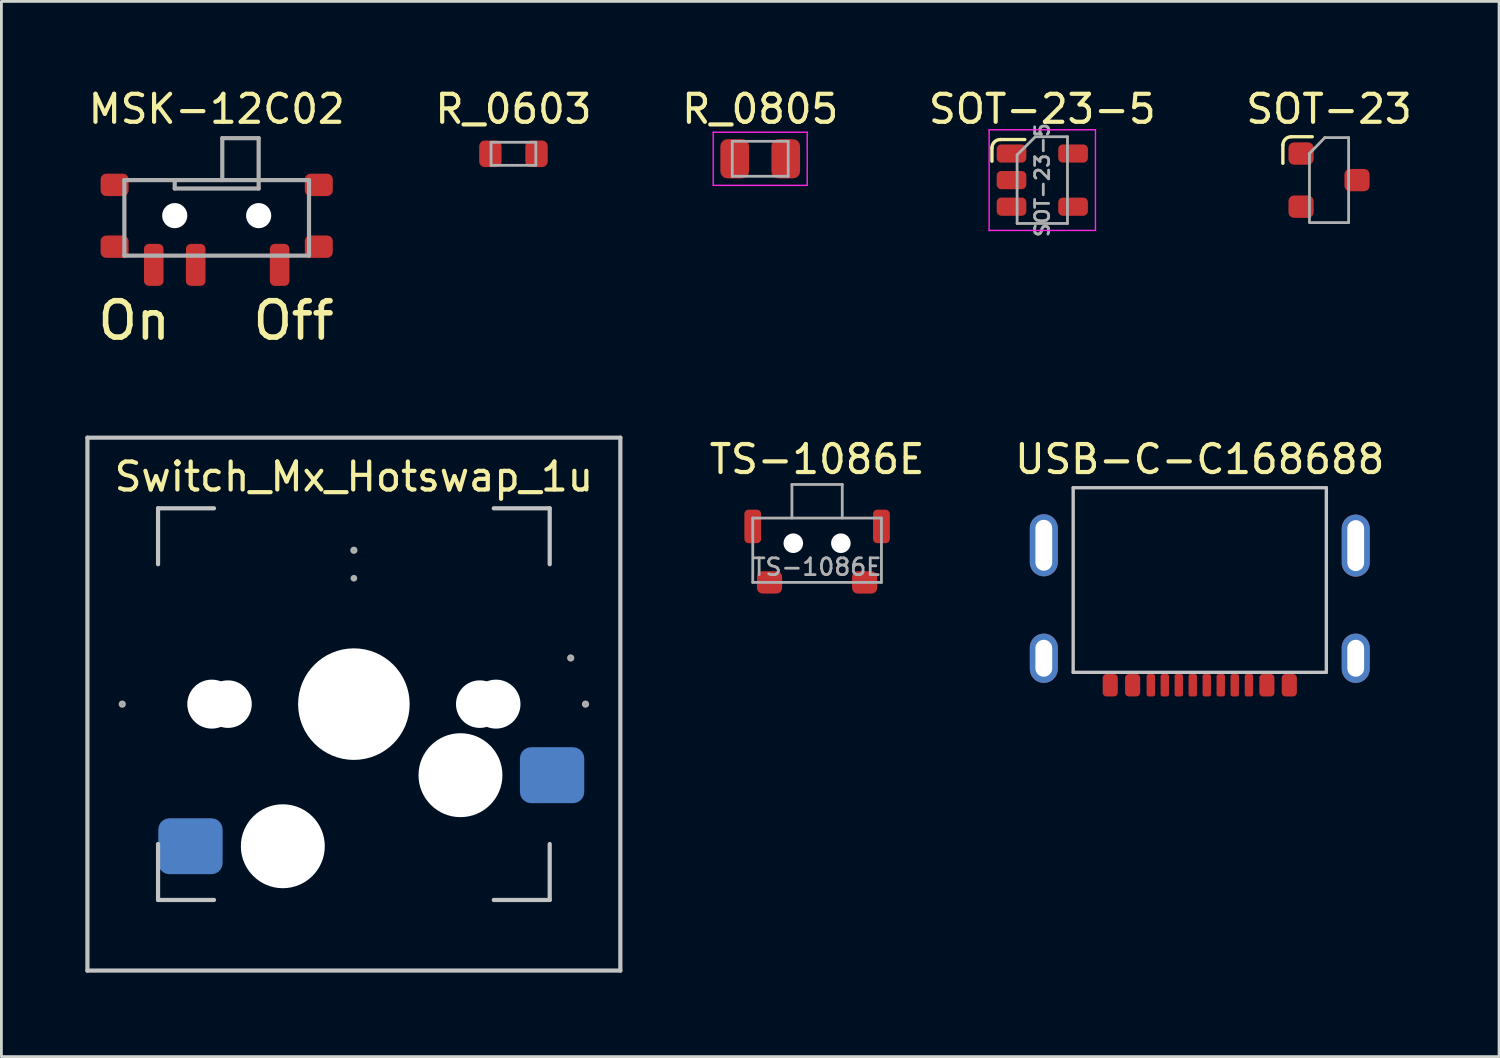
<source format=kicad_pcb>
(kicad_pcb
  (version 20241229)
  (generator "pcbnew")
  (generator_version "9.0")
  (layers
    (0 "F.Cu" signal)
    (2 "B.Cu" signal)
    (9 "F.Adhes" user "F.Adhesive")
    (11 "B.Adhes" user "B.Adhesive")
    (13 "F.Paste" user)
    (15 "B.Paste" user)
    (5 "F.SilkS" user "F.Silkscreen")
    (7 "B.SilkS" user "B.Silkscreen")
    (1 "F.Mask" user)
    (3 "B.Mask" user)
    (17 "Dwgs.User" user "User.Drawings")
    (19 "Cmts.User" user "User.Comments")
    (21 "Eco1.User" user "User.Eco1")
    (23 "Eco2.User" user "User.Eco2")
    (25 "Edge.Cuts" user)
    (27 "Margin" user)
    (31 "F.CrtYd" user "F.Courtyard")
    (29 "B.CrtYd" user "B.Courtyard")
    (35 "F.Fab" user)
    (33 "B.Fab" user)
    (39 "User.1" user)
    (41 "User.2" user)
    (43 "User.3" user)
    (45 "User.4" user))
  (footprint "R_0805"
    (layer "F.Cu")
    (at 24.125 2.626)
    (property "Reference" "R_0805" (at 0 -1.778 0) (unlocked yes) (layer "F.SilkS") (effects (font (size 1 1) (thickness 0.15))))
    (fp_line (start -1.68 -0.95) (end 1.68 -0.95) (stroke (width 0.05) (type solid)) (layer "F.CrtYd"))
    (fp_line (start -1.68 0.95) (end -1.68 -0.95) (stroke (width 0.05) (type solid)) (layer "F.CrtYd"))
    (fp_line (start 1.68 -0.95) (end 1.68 0.95) (stroke (width 0.05) (type solid)) (layer "F.CrtYd"))
    (fp_line (start 1.68 0.95) (end -1.68 0.95) (stroke (width 0.05) (type solid)) (layer "F.CrtYd"))
    (fp_line (start -1 -0.625) (end 1 -0.625) (stroke (width 0.1) (type solid)) (layer "F.Fab"))
    (fp_line (start -1 0.625) (end -1 -0.625) (stroke (width 0.1) (type solid)) (layer "F.Fab"))
    (fp_line (start 1 -0.625) (end 1 0.625) (stroke (width 0.1) (type solid)) (layer "F.Fab"))
    (fp_line (start 1 0.625) (end -1 0.625) (stroke (width 0.1) (type solid)) (layer "F.Fab"))
    (pad "1" smd roundrect (at -0.912 0) (size 1.025 1.4) (layers "F.Cu" "F.Mask" "F.Paste") (roundrect_rratio 0.244))
    (pad "2" smd roundrect (at 0.912 0) (size 1.025 1.4) (layers "F.Cu" "F.Mask" "F.Paste") (roundrect_rratio 0.244)))
  (footprint "MSK-12C02"
    (layer "F.Cu")
    (at 4.696 4.658)
    (property "Reference" "MSK-12C02" (at 0 -3.81 0) (layer "F.SilkS") (effects (font (size 1 1) (thickness 0.15))))
    (fp_line (start -3.3 -1.27) (end -3.3 1.43) (stroke (width 0.15) (type solid)) (layer "F.Fab"))
    (fp_line (start -1.5 -0.97) (end -1.5 -1.27) (stroke (width 0.15) (type solid)) (layer "F.Fab"))
    (fp_line (start -1.5 -0.97) (end 1.5 -0.97) (stroke (width 0.15) (type solid)) (layer "F.Fab"))
    (fp_line (start 0.2 -2.77) (end 1.5 -2.77) (stroke (width 0.15) (type solid)) (layer "F.Fab"))
    (fp_line (start 0.2 -1.27) (end 0.2 -2.77) (stroke (width 0.15) (type solid)) (layer "F.Fab"))
    (fp_line (start 1.5 -2.77) (end 1.5 -1.27) (stroke (width 0.15) (type solid)) (layer "F.Fab"))
    (fp_line (start 1.5 -0.97) (end 1.5 -1.27) (stroke (width 0.15) (type solid)) (layer "F.Fab"))
    (fp_line (start 3.3 -1.27) (end -3.3 -1.27) (stroke (width 0.15) (type solid)) (layer "F.Fab"))
    (fp_line (start 3.3 -1.27) (end 3.3 1.43) (stroke (width 0.15) (type solid)) (layer "F.Fab"))
    (fp_line (start 3.3 1.43) (end -3.3 1.43) (stroke (width 0.15) (type solid)) (layer "F.Fab"))
    (fp_text user "Off" (at 2.75 3.75 0) (unlocked yes) (layer "F.SilkS") (effects (font (size 1.3 1.3) (thickness 0.2))))
    (fp_text user "On" (at -2.95 3.75 0) (unlocked yes) (layer "F.SilkS") (effects (font (size 1.3 1.3) (thickness 0.2))))
    (pad "" smd roundrect (at -3.65 -1.1 180) (size 1 0.8) (layers "F.Cu" "F.Mask" "F.Paste") (roundrect_rratio 0.25))
    (pad "" smd roundrect (at -3.65 1.11 180) (size 1 0.8) (layers "F.Cu" "F.Mask" "F.Paste") (roundrect_rratio 0.25))
    (pad "" np_thru_hole circle (at -1.5 0 180) (size 0.9 0.9) (drill 0.9) (layers "*.Cu" "*.Mask"))
    (pad "" np_thru_hole circle (at 1.5 0 180) (size 0.9 0.9) (drill 0.9) (layers "*.Cu" "*.Mask"))
    (pad "" smd roundrect (at 3.65 -1.1 180) (size 1 0.8) (layers "F.Cu" "F.Mask" "F.Paste") (roundrect_rratio 0.25))
    (pad "" smd roundrect (at 3.65 1.11 180) (size 1 0.8) (layers "F.Cu" "F.Mask" "F.Paste") (roundrect_rratio 0.25))
    (pad "1" smd roundrect (at 2.25 1.76 180) (size 0.7 1.5) (layers "F.Cu" "F.Mask" "F.Paste") (roundrect_rratio 0.25))
    (pad "2" smd roundrect (at -0.75 1.76 180) (size 0.7 1.5) (layers "F.Cu" "F.Mask" "F.Paste") (roundrect_rratio 0.25))
    (pad "3" smd roundrect (at -2.25 1.76 180) (size 0.7 1.5) (layers "F.Cu" "F.Mask" "F.Paste") (roundrect_rratio 0.25)))
  (footprint "TS-1086E"
    (layer "F.Cu")
    (at 26.158 16.368)
    (property "Reference" "TS-1086E" (at 0 -3 0) (unlocked yes) (layer "F.SilkS") (effects (font (size 1 1) (thickness 0.15))))
    (fp_line (start -2.3 1.4) (end -2.3 -0.9) (stroke (width 0.1) (type solid)) (layer "F.Fab"))
    (fp_line (start -0.9 -2.1) (end -0.9 -0.9) (stroke (width 0.1) (type solid)) (layer "F.Fab"))
    (fp_line (start 0.9 -2.1) (end -0.9 -2.1) (stroke (width 0.1) (type solid)) (layer "F.Fab"))
    (fp_line (start 0.9 -0.9) (end 0.9 -2.1) (stroke (width 0.1) (type solid)) (layer "F.Fab"))
    (fp_line (start 2.3 -0.9) (end -2.3 -0.9) (stroke (width 0.1) (type solid)) (layer "F.Fab"))
    (fp_line (start 2.3 1.4) (end -2.3 1.4) (stroke (width 0.1) (type solid)) (layer "F.Fab"))
    (fp_line (start 2.3 1.4) (end 2.3 -0.9) (stroke (width 0.1) (type solid)) (layer "F.Fab"))
    (fp_text user "${REFERENCE}" (at 0 0.85 0) (unlocked yes) (layer "F.Fab") (effects (font (size 0.6 0.6) (thickness 0.1))))
    (pad "" np_thru_hole circle (at -0.85 0) (size 0.7 0.7) (drill 0.7) (layers "*.Cu" "*.Mask"))
    (pad "" np_thru_hole circle (at 0.85 0) (size 0.7 0.7) (drill 0.7) (layers "*.Cu" "*.Mask"))
    (pad "1" smd roundrect (at -1.7 1.4) (size 0.9 0.8) (layers "F.Cu" "F.Mask" "F.Paste") (roundrect_rratio 0.25))
    (pad "2" smd roundrect (at 1.7 1.4) (size 0.9 0.8) (layers "F.Cu" "F.Mask" "F.Paste") (roundrect_rratio 0.25))
    (pad "3" smd roundrect (at -2.3 -0.6) (size 0.6 1.2) (layers "F.Cu" "F.Mask" "F.Paste") (roundrect_rratio 0.25))
    (pad "4" smd roundrect (at 2.3 -0.6) (size 0.6 1.2) (layers "F.Cu" "F.Mask" "F.Paste") (roundrect_rratio 0.25)))
  (footprint "USB-C-C168688"
    (layer "F.Cu")
    (at 39.837 17.559)
    (property "Reference" "USB-C-C168688" (at 0 -4.191 0) (unlocked yes) (layer "F.SilkS") (effects (font (size 1 1) (thickness 0.15))))
    (fp_line (start -4.525 -3.175) (end -4.525 3.425) (stroke (width 0.12) (type solid)) (layer "Dwgs.User"))
    (fp_line (start -4.525 -3.175) (end 4.525 -3.175) (stroke (width 0.12) (type solid)) (layer "Dwgs.User"))
    (fp_line (start -4.525 3.425) (end 4.525 3.425) (stroke (width 0.12) (type solid)) (layer "Dwgs.User"))
    (fp_line (start 4.525 -3.175) (end 4.525 3.425) (stroke (width 0.12) (type solid)) (layer "Dwgs.User"))
    (pad "A1" smd roundrect (at -3.2 3.886) (size 0.54 0.8) (layers "F.Cu" "F.Mask" "F.Paste") (roundrect_rratio 0.25))
    (pad "A1" smd roundrect (at 3.2 3.886) (size 0.54 0.8) (layers "F.Cu" "F.Mask" "F.Paste") (roundrect_rratio 0.25))
    (pad "A4" smd roundrect (at -2.4 3.886) (size 0.54 0.8) (layers "F.Cu" "F.Mask" "F.Paste") (roundrect_rratio 0.25))
    (pad "A4" smd roundrect (at 2.4 3.886) (size 0.54 0.8) (layers "F.Cu" "F.Mask" "F.Paste") (roundrect_rratio 0.25))
    (pad "A5" smd roundrect (at 1.25 3.886) (size 0.3 0.8) (layers "F.Cu" "F.Mask" "F.Paste") (roundrect_rratio 0.25))
    (pad "A6" smd roundrect (at 0.25 3.886) (size 0.3 0.8) (layers "F.Cu" "F.Mask" "F.Paste") (roundrect_rratio 0.25))
    (pad "A7" smd roundrect (at -0.25 3.886) (size 0.3 0.8) (layers "F.Cu" "F.Mask" "F.Paste") (roundrect_rratio 0.25))
    (pad "A8" smd roundrect (at -1.25 3.886) (size 0.3 0.8) (layers "F.Cu" "F.Mask" "F.Paste") (roundrect_rratio 0.25))
    (pad "B5" smd roundrect (at -1.75 3.886) (size 0.3 0.8) (layers "F.Cu" "F.Mask" "F.Paste") (roundrect_rratio 0.25))
    (pad "B6" smd roundrect (at -0.75 3.886) (size 0.3 0.8) (layers "F.Cu" "F.Mask" "F.Paste") (roundrect_rratio 0.25))
    (pad "B7" smd roundrect (at 0.75 3.886) (size 0.3 0.8) (layers "F.Cu" "F.Mask" "F.Paste") (roundrect_rratio 0.25))
    (pad "B8" smd roundrect (at 1.758 3.886) (size 0.3 0.8) (layers "F.Cu" "F.Mask" "F.Paste") (roundrect_rratio 0.25))
    (pad "S1" thru_hole oval (at -5.575 2.921) (size 1 1.762) (drill oval 0.6 1.319) (layers "*.Cu" "*.Mask"))
    (pad "S1" thru_hole oval (at -5.575 -1.118) (size 1 2.219) (drill oval 0.6 1.819) (layers "*.Cu" "*.Mask"))
    (pad "S1" thru_hole oval (at 5.575 -1.105) (size 1 2.219) (drill oval 0.6 1.819) (layers "*.Cu" "*.Mask"))
    (pad "S1" thru_hole oval (at 5.575 2.921) (size 1 1.762) (drill oval 0.6 1.319) (layers "*.Cu" "*.Mask")))
  (footprint "SOT-23"
    (layer "F.Cu")
    (at 44.458 3.388)
    (property "Reference" "SOT-23" (at 0 -2.54 0) (layer "F.SilkS") (effects (font (size 1 1) (thickness 0.15))))
    (fp_line (start -1.65 -0.6) (end -1.65 -1.25) (stroke (width 0.12) (type solid)) (layer "F.SilkS"))
    (fp_line (start -1.35 -1.55) (end -0.6 -1.55) (stroke (width 0.12) (type solid)) (layer "F.SilkS"))
    (fp_arc (start -1.65 -1.25) (mid -1.562132 -1.462132) (end -1.35 -1.55) (stroke (width 0.12) (type solid)) (layer "F.SilkS"))
    (fp_line (start -0.7 -0.95) (end -0.7 1.5) (stroke (width 0.1) (type solid)) (layer "F.Fab"))
    (fp_line (start -0.7 -0.95) (end -0.15 -1.52) (stroke (width 0.1) (type solid)) (layer "F.Fab"))
    (fp_line (start -0.7 1.52) (end 0.7 1.52) (stroke (width 0.1) (type solid)) (layer "F.Fab"))
    (fp_line (start -0.15 -1.52) (end 0.7 -1.52) (stroke (width 0.1) (type solid)) (layer "F.Fab"))
    (fp_line (start 0.7 -1.52) (end 0.7 1.52) (stroke (width 0.1) (type solid)) (layer "F.Fab"))
    (pad "1" smd roundrect (at -1 -0.95) (size 0.9 0.8) (layers "F.Cu" "F.Mask" "F.Paste") (roundrect_rratio 0.25))
    (pad "2" smd roundrect (at -1 0.95) (size 0.9 0.8) (layers "F.Cu" "F.Mask" "F.Paste") (roundrect_rratio 0.25))
    (pad "3" smd roundrect (at 1 0) (size 0.9 0.8) (layers "F.Cu" "F.Mask" "F.Paste") (roundrect_rratio 0.25)))
  (footprint "Switch_Mx_Hotswap_1u"
    (layer "F.Cu")
    (at 9.6 22.12)
    (property "Reference" "Switch_Mx_Hotswap_1u" (at 0 -8.128 0) (layer "F.SilkS") (effects (font (size 1 1) (thickness 0.15))))
    (fp_line (start -9.525 -9.525) (end 9.525 -9.525) (stroke (width 0.15) (type solid)) (layer "Dwgs.User"))
    (fp_line (start -9.525 9.525) (end -9.525 -9.525) (stroke (width 0.15) (type solid)) (layer "Dwgs.User"))
    (fp_line (start -7 -7) (end -5 -7) (stroke (width 0.15) (type solid)) (layer "Dwgs.User"))
    (fp_line (start -7 -5) (end -7 -7) (stroke (width 0.15) (type solid)) (layer "Dwgs.User"))
    (fp_line (start -7 7) (end -7 5) (stroke (width 0.15) (type solid)) (layer "Dwgs.User"))
    (fp_line (start -5 7) (end -7 7) (stroke (width 0.15) (type solid)) (layer "Dwgs.User"))
    (fp_line (start 5 -7) (end 7 -7) (stroke (width 0.15) (type solid)) (layer "Dwgs.User"))
    (fp_line (start 5 7) (end 7 7) (stroke (width 0.15) (type solid)) (layer "Dwgs.User"))
    (fp_line (start 7 -7) (end 7 -5) (stroke (width 0.15) (type solid)) (layer "Dwgs.User"))
    (fp_line (start 7 7) (end 7 5) (stroke (width 0.15) (type solid)) (layer "Dwgs.User"))
    (fp_line (start 9.525 -9.525) (end 9.525 9.525) (stroke (width 0.15) (type solid)) (layer "Dwgs.User"))
    (fp_line (start 9.525 9.525) (end -9.525 9.525) (stroke (width 0.15) (type solid)) (layer "Dwgs.User"))
    (fp_circle (center -8.28 0) (end -8.28 -0.01) (stroke (width 0.12) (type solid)) (fill no) (layer "F.Fab"))
    (fp_circle (center 0 -5.5) (end 0 -5.51) (stroke (width 0.12) (type solid)) (fill no) (layer "F.Fab"))
    (fp_circle (center 0 -4.5) (end 0.000001 -4.5) (stroke (width 0.12) (type solid)) (fill no) (layer "F.Fab"))
    (fp_circle (center 7.75 -1.65) (end 7.75 -1.66) (stroke (width 0.12) (type solid)) (fill no) (layer "F.Fab"))
    (fp_circle (center 8.28 0) (end 8.28 -0.01) (stroke (width 0.12) (type solid)) (fill no) (layer "F.Fab"))
    (pad "" np_thru_hole circle (at -5.08 0 228.1) (size 1.75 1.75) (drill 1.75) (layers "*.Cu" "*.Mask"))
    (pad "" np_thru_hole circle (at -4.5 0) (size 1.7 1.7) (drill 1.7) (layers "*.Cu" "*.Mask"))
    (pad "" np_thru_hole circle (at -2.54 5.08 180) (size 3 3) (drill 3) (layers "*.Cu" "*.Mask"))
    (pad "" np_thru_hole circle (at 0 0 180) (size 3.988 3.988) (drill 3.988) (layers "*.Cu" "*.Mask"))
    (pad "" np_thru_hole circle (at 3.81 2.54 180) (size 3 3) (drill 3) (layers "*.Cu" "*.Mask"))
    (pad "" np_thru_hole circle (at 4.5 0) (size 1.7 1.7) (drill 1.7) (layers "*.Cu" "*.Mask"))
    (pad "" np_thru_hole circle (at 5.08 0 228.1) (size 1.75 1.75) (drill 1.75) (layers "*.Cu" "*.Mask"))
    (pad "1" smd roundrect (at 7.085 2.54 180) (size 2.3 2) (layers "B.Cu" "B.Mask" "B.Paste") (roundrect_rratio 0.2))
    (pad "2" smd roundrect (at -5.842 5.08 180) (size 2.3 2) (layers "B.Cu" "B.Mask" "B.Paste") (roundrect_rratio 0.2)))
  (footprint "R_0603"
    (layer "F.Cu")
    (at 15.304 2.448)
    (property "Reference" "R_0603" (at 0 -1.6 0) (unlocked yes) (layer "F.SilkS") (effects (font (size 1 1) (thickness 0.15))))
    (fp_line (start -0.8 -0.412) (end 0.8 -0.412) (stroke (width 0.1) (type solid)) (layer "F.Fab"))
    (fp_line (start -0.8 0.412) (end -0.8 -0.412) (stroke (width 0.1) (type solid)) (layer "F.Fab"))
    (fp_line (start 0.8 -0.412) (end 0.8 0.412) (stroke (width 0.1) (type solid)) (layer "F.Fab"))
    (fp_line (start 0.8 0.412) (end -0.8 0.412) (stroke (width 0.1) (type solid)) (layer "F.Fab"))
    (pad "1" smd roundrect (at -0.825 0) (size 0.8 0.95) (layers "F.Cu" "F.Mask" "F.Paste") (roundrect_rratio 0.25))
    (pad "2" smd roundrect (at 0.825 0) (size 0.8 0.95) (layers "F.Cu" "F.Mask" "F.Paste") (roundrect_rratio 0.25)))
  (footprint "SOT-23-5"
    (layer "F.Cu")
    (at 34.208 3.388)
    (property "Reference" "SOT-23-5" (at 0 -2.54 0) (layer "F.SilkS") (effects (font (size 1 1) (thickness 0.15))))
    (fp_line (start -1.8 -0.675) (end -1.8 -1.15) (stroke (width 0.12) (type solid)) (layer "F.SilkS"))
    (fp_line (start -1.5 -1.45) (end -0.625 -1.45) (stroke (width 0.12) (type solid)) (layer "F.SilkS"))
    (fp_arc (start -1.8 -1.15) (mid -1.712132 -1.362132) (end -1.5 -1.45) (stroke (width 0.12) (type solid)) (layer "F.SilkS"))
    (fp_line (start -1.9 -1.8) (end 1.9 -1.8) (stroke (width 0.05) (type solid)) (layer "F.CrtYd"))
    (fp_line (start -1.9 1.8) (end -1.9 -1.8) (stroke (width 0.05) (type solid)) (layer "F.CrtYd"))
    (fp_line (start 1.9 -1.8) (end 1.9 1.8) (stroke (width 0.05) (type solid)) (layer "F.CrtYd"))
    (fp_line (start 1.9 1.8) (end -1.9 1.8) (stroke (width 0.05) (type solid)) (layer "F.CrtYd"))
    (fp_line (start -0.9 -0.9) (end -0.9 1.55) (stroke (width 0.1) (type solid)) (layer "F.Fab"))
    (fp_line (start -0.9 -0.9) (end -0.25 -1.55) (stroke (width 0.1) (type solid)) (layer "F.Fab"))
    (fp_line (start 0.9 -1.55) (end -0.25 -1.55) (stroke (width 0.1) (type solid)) (layer "F.Fab"))
    (fp_line (start 0.9 -1.55) (end 0.9 1.55) (stroke (width 0.1) (type solid)) (layer "F.Fab"))
    (fp_line (start 0.9 1.55) (end -0.9 1.55) (stroke (width 0.1) (type solid)) (layer "F.Fab"))
    (fp_text user "${REFERENCE}" (at 0 0 90) (unlocked yes) (layer "F.Fab") (effects (font (size 0.5 0.5) (thickness 0.1))))
    (pad "1" smd roundrect (at -1.1 -0.95) (size 1.06 0.65) (layers "F.Cu" "F.Mask" "F.Paste") (roundrect_rratio 0.25))
    (pad "2" smd roundrect (at -1.1 0) (size 1.06 0.65) (layers "F.Cu" "F.Mask" "F.Paste") (roundrect_rratio 0.25))
    (pad "3" smd roundrect (at -1.1 0.95) (size 1.06 0.65) (layers "F.Cu" "F.Mask" "F.Paste") (roundrect_rratio 0.25))
    (pad "4" smd roundrect (at 1.1 0.95) (size 1.06 0.65) (layers "F.Cu" "F.Mask" "F.Paste") (roundrect_rratio 0.25))
    (pad "5" smd roundrect (at 1.1 -0.95) (size 1.06 0.65) (layers "F.Cu" "F.Mask" "F.Paste") (roundrect_rratio 0.25)))
  (gr_rect
    (start -3 -3)
    (end 50.536 34.72)
    (stroke (width 0.1) (type default))
    (fill no)
    (layer "Edge.Cuts")))
</source>
